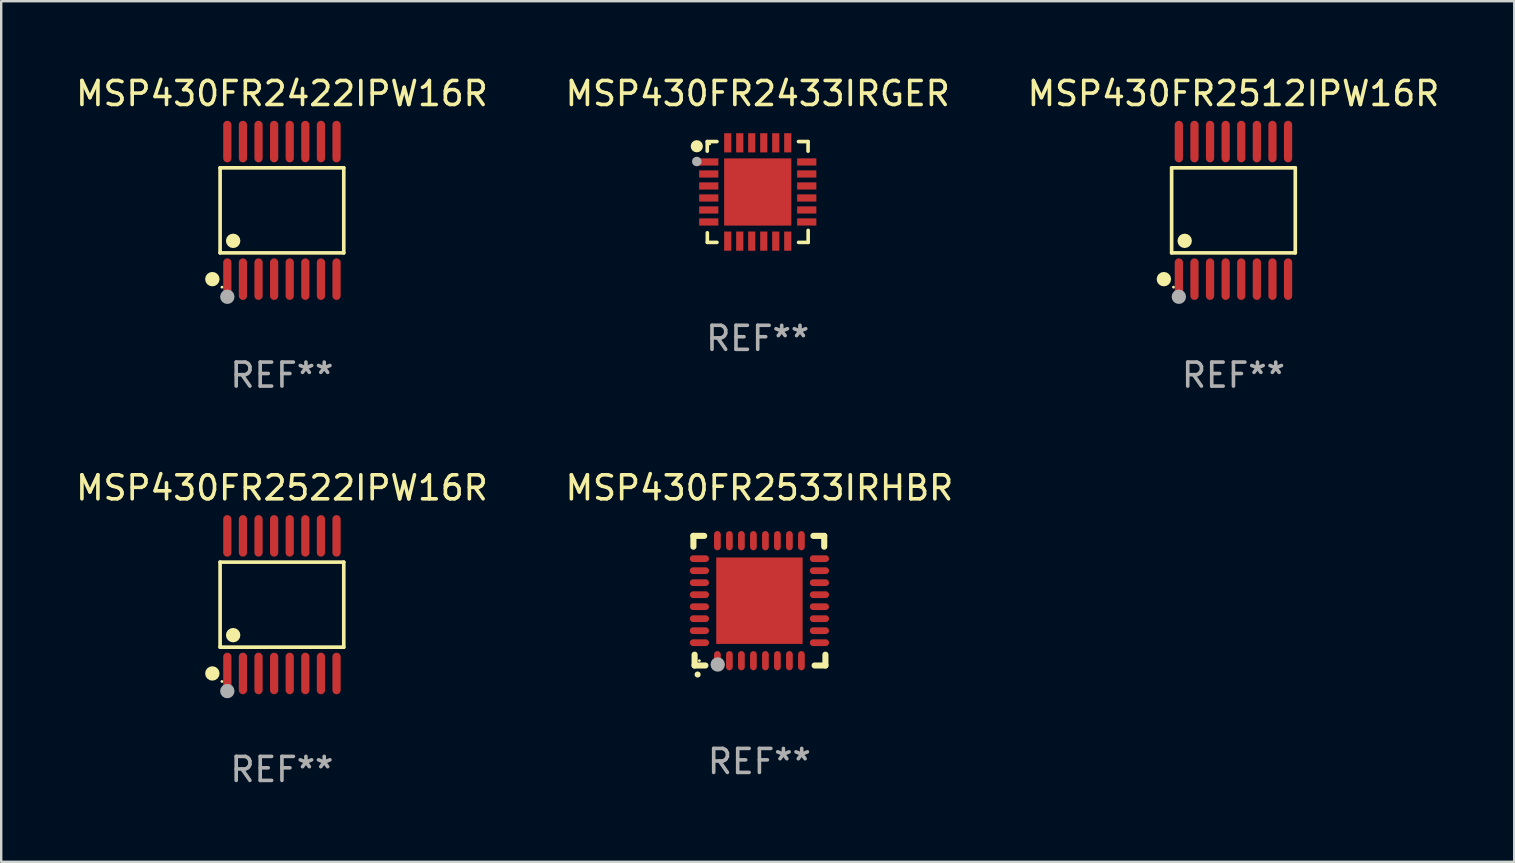
<source format=kicad_pcb>
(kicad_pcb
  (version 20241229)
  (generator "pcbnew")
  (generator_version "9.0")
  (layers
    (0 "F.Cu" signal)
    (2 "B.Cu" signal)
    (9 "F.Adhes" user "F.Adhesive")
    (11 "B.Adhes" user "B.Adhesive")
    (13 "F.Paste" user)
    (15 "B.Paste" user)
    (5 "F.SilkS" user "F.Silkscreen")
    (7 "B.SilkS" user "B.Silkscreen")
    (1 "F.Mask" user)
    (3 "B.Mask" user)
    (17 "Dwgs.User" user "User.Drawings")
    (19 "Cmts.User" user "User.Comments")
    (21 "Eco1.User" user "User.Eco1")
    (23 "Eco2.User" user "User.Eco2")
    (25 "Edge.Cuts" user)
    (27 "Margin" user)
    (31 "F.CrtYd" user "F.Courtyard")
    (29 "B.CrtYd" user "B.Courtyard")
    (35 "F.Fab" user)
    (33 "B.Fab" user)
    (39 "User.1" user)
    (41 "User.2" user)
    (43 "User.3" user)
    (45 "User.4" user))
  (footprint "MSP430FR2533IRHBR"
    (layer "F.Cu")
    (at 28.589 21.976)
    (property "Reference" "MSP430FR2533IRHBR" (at 0 -4.7 0) (layer "F.SilkS") (effects (font (size 1 1) (thickness 0.15))))
    (attr through_hole)
    (fp_line (start -2.75 -2.7) (end -2.75 -2.25) (stroke (width 0.254) (type solid)) (layer "F.SilkS"))
    (fp_line (start -2.7 2.7) (end -2.7 2.25) (stroke (width 0.254) (type solid)) (layer "F.SilkS"))
    (fp_line (start -2.3 -2.7) (end -2.75 -2.7) (stroke (width 0.254) (type solid)) (layer "F.SilkS"))
    (fp_line (start -2.25 2.7) (end -2.7 2.7) (stroke (width 0.254) (type solid)) (layer "F.SilkS"))
    (fp_line (start 2.3 2.7) (end 2.75 2.7) (stroke (width 0.254) (type solid)) (layer "F.SilkS"))
    (fp_line (start 2.7 -2.7) (end 2.25 -2.7) (stroke (width 0.254) (type solid)) (layer "F.SilkS"))
    (fp_line (start 2.7 -2.25) (end 2.7 -2.7) (stroke (width 0.254) (type solid)) (layer "F.SilkS"))
    (fp_line (start 2.75 2.7) (end 2.75 2.25) (stroke (width 0.254) (type solid)) (layer "F.SilkS"))
    (fp_arc (start -2.575565 3.075946) (mid -2.574295 3.07594) (end -2.573025 3.075946) (stroke (width 0.25) (type solid)) (layer "F.SilkS"))
    (fp_circle (center -2.5 2.5) (end -2.47 2.5) (stroke (width 0.06) (type solid)) (fill no) (layer "F.SilkS"))
    (fp_circle (center -1.737 2.659) (end -1.587 2.659) (stroke (width 0.3) (type solid)) (fill no) (layer "F.Fab"))
    (fp_text user "REF**" (at 0 6.7 0) (layer "F.Fab") (effects (font (size 1 1) (thickness 0.15))))
    (pad "1" smd oval (at -1.75 2.5) (size 0.28 0.8) (layers "F.Cu" "F.Mask" "F.Paste"))
    (pad "2" smd oval (at -1.25 2.5) (size 0.28 0.8) (layers "F.Cu" "F.Mask" "F.Paste"))
    (pad "3" smd oval (at -0.75 2.5) (size 0.28 0.8) (layers "F.Cu" "F.Mask" "F.Paste"))
    (pad "4" smd oval (at -0.25 2.5) (size 0.28 0.8) (layers "F.Cu" "F.Mask" "F.Paste"))
    (pad "5" smd oval (at 0.25 2.5) (size 0.28 0.8) (layers "F.Cu" "F.Mask" "F.Paste"))
    (pad "6" smd oval (at 0.75 2.5) (size 0.28 0.8) (layers "F.Cu" "F.Mask" "F.Paste"))
    (pad "7" smd oval (at 1.25 2.5) (size 0.28 0.8) (layers "F.Cu" "F.Mask" "F.Paste"))
    (pad "8" smd oval (at 1.75 2.5) (size 0.28 0.8) (layers "F.Cu" "F.Mask" "F.Paste"))
    (pad "9" smd oval (at 2.5 1.75) (size 0.8 0.28) (layers "F.Cu" "F.Mask" "F.Paste"))
    (pad "10" smd oval (at 2.5 1.25) (size 0.8 0.28) (layers "F.Cu" "F.Mask" "F.Paste"))
    (pad "11" smd oval (at 2.5 0.75) (size 0.8 0.28) (layers "F.Cu" "F.Mask" "F.Paste"))
    (pad "12" smd oval (at 2.5 0.25) (size 0.8 0.28) (layers "F.Cu" "F.Mask" "F.Paste"))
    (pad "13" smd oval (at 2.5 -0.25) (size 0.8 0.28) (layers "F.Cu" "F.Mask" "F.Paste"))
    (pad "14" smd oval (at 2.5 -0.75) (size 0.8 0.28) (layers "F.Cu" "F.Mask" "F.Paste"))
    (pad "15" smd oval (at 2.5 -1.25) (size 0.8 0.28) (layers "F.Cu" "F.Mask" "F.Paste"))
    (pad "16" smd oval (at 2.5 -1.75) (size 0.8 0.28) (layers "F.Cu" "F.Mask" "F.Paste"))
    (pad "17" smd oval (at 1.75 -2.5) (size 0.28 0.8) (layers "F.Cu" "F.Mask" "F.Paste"))
    (pad "18" smd oval (at 1.25 -2.5) (size 0.28 0.8) (layers "F.Cu" "F.Mask" "F.Paste"))
    (pad "19" smd oval (at 0.75 -2.5) (size 0.28 0.8) (layers "F.Cu" "F.Mask" "F.Paste"))
    (pad "20" smd oval (at 0.25 -2.5) (size 0.28 0.8) (layers "F.Cu" "F.Mask" "F.Paste"))
    (pad "21" smd oval (at -0.25 -2.5) (size 0.28 0.8) (layers "F.Cu" "F.Mask" "F.Paste"))
    (pad "22" smd oval (at -0.75 -2.5) (size 0.28 0.8) (layers "F.Cu" "F.Mask" "F.Paste"))
    (pad "23" smd oval (at -1.25 -2.5) (size 0.28 0.8) (layers "F.Cu" "F.Mask" "F.Paste"))
    (pad "24" smd oval (at -1.75 -2.5) (size 0.28 0.8) (layers "F.Cu" "F.Mask" "F.Paste"))
    (pad "25" smd oval (at -2.5 -1.75) (size 0.8 0.28) (layers "F.Cu" "F.Mask" "F.Paste"))
    (pad "26" smd oval (at -2.5 -1.25) (size 0.8 0.28) (layers "F.Cu" "F.Mask" "F.Paste"))
    (pad "27" smd oval (at -2.5 -0.75) (size 0.8 0.28) (layers "F.Cu" "F.Mask" "F.Paste"))
    (pad "28" smd oval (at -2.5 -0.25) (size 0.8 0.28) (layers "F.Cu" "F.Mask" "F.Paste"))
    (pad "29" smd oval (at -2.5 0.25) (size 0.8 0.28) (layers "F.Cu" "F.Mask" "F.Paste"))
    (pad "30" smd oval (at -2.5 0.75) (size 0.8 0.28) (layers "F.Cu" "F.Mask" "F.Paste"))
    (pad "31" smd oval (at -2.5 1.25) (size 0.8 0.28) (layers "F.Cu" "F.Mask" "F.Paste"))
    (pad "32" smd oval (at -2.5 1.75) (size 0.8 0.28) (layers "F.Cu" "F.Mask" "F.Paste"))
    (pad "33" smd rect (at 0.000076 0.000076) (size 3.6 3.6) (layers "F.Cu" "F.Mask" "F.Paste")))
  (footprint "MSP430FR2433IRGER"
    (layer "F.Cu")
    (at 28.518 4.948)
    (property "Reference" "MSP430FR2433IRGER" (at 0 -4.1 0) (layer "F.SilkS") (effects (font (size 1 1) (thickness 0.15))))
    (attr through_hole)
    (fp_line (start -2.102 -2.1) (end -1.698 -2.1) (stroke (width 0.15) (type solid)) (layer "F.SilkS"))
    (fp_line (start -2.102 -1.7) (end -2.102 -2.1) (stroke (width 0.15) (type solid)) (layer "F.SilkS"))
    (fp_line (start -2.098 1.7) (end -2.098 2.1) (stroke (width 0.15) (type solid)) (layer "F.SilkS"))
    (fp_line (start -2.098 2.1) (end -1.698 2.1) (stroke (width 0.15) (type solid)) (layer "F.SilkS"))
    (fp_line (start 1.698 -2.1) (end 2.098 -2.1) (stroke (width 0.15) (type solid)) (layer "F.SilkS"))
    (fp_line (start 2.098 -2.1) (end 2.098 -1.7) (stroke (width 0.15) (type solid)) (layer "F.SilkS"))
    (fp_line (start 2.102 1.6) (end 2.102 2.1) (stroke (width 0.15) (type solid)) (layer "F.SilkS"))
    (fp_line (start 2.102 2.1) (end 1.702 2.1) (stroke (width 0.15) (type solid)) (layer "F.SilkS"))
    (fp_circle (center -2.538 -1.905) (end -2.411 -1.905) (stroke (width 0.254) (type solid)) (fill no) (layer "F.SilkS"))
    (fp_circle (center -1.995 -1.996) (end -1.968 -1.996) (stroke (width 0.05) (type solid)) (fill no) (layer "F.SilkS"))
    (fp_circle (center -2.538 -1.27) (end -2.438 -1.27) (stroke (width 0.2) (type solid)) (fill no) (layer "F.Fab"))
    (fp_text user "REF**" (at 0 6.1 0) (layer "F.Fab") (effects (font (size 1 1) (thickness 0.15))))
    (pad "1" smd rect (at -2.039 -1.25) (size 0.8 0.3) (layers "F.Cu" "F.Mask" "F.Paste"))
    (pad "2" smd rect (at -2.039 -0.75) (size 0.8 0.3) (layers "F.Cu" "F.Mask" "F.Paste"))
    (pad "3" smd rect (at -2.039 -0.25) (size 0.8 0.3) (layers "F.Cu" "F.Mask" "F.Paste"))
    (pad "4" smd rect (at -2.039 0.25) (size 0.8 0.3) (layers "F.Cu" "F.Mask" "F.Paste"))
    (pad "5" smd rect (at -2.039 0.75) (size 0.8 0.3) (layers "F.Cu" "F.Mask" "F.Paste"))
    (pad "6" smd rect (at -2.039 1.25) (size 0.8 0.3) (layers "F.Cu" "F.Mask" "F.Paste"))
    (pad "7" smd rect (at -1.248 2.048) (size 0.3 0.8) (layers "F.Cu" "F.Mask" "F.Paste"))
    (pad "8" smd rect (at -0.748 2.048) (size 0.3 0.8) (layers "F.Cu" "F.Mask" "F.Paste"))
    (pad "9" smd rect (at -0.248 2.048) (size 0.3 0.8) (layers "F.Cu" "F.Mask" "F.Paste"))
    (pad "10" smd rect (at 0.252 2.048) (size 0.3 0.8) (layers "F.Cu" "F.Mask" "F.Paste"))
    (pad "11" smd rect (at 0.752 2.048) (size 0.3 0.8) (layers "F.Cu" "F.Mask" "F.Paste"))
    (pad "12" smd rect (at 1.252 2.048) (size 0.3 0.8) (layers "F.Cu" "F.Mask" "F.Paste"))
    (pad "13" smd rect (at 2.044 1.25) (size 0.8 0.3) (layers "F.Cu" "F.Mask" "F.Paste"))
    (pad "14" smd rect (at 2.044 0.75) (size 0.8 0.3) (layers "F.Cu" "F.Mask" "F.Paste"))
    (pad "15" smd rect (at 2.044 0.25) (size 0.8 0.3) (layers "F.Cu" "F.Mask" "F.Paste"))
    (pad "16" smd rect (at 2.044 -0.25) (size 0.8 0.3) (layers "F.Cu" "F.Mask" "F.Paste"))
    (pad "17" smd rect (at 2.044 -0.75) (size 0.8 0.3) (layers "F.Cu" "F.Mask" "F.Paste"))
    (pad "18" smd rect (at 2.044 -1.25) (size 0.8 0.3) (layers "F.Cu" "F.Mask" "F.Paste"))
    (pad "19" smd rect (at 1.252 -2.048) (size 0.3 0.8) (layers "F.Cu" "F.Mask" "F.Paste"))
    (pad "20" smd rect (at 0.752 -2.048) (size 0.3 0.8) (layers "F.Cu" "F.Mask" "F.Paste"))
    (pad "21" smd rect (at 0.252 -2.048) (size 0.3 0.8) (layers "F.Cu" "F.Mask" "F.Paste"))
    (pad "22" smd rect (at -0.248 -2.048) (size 0.3 0.8) (layers "F.Cu" "F.Mask" "F.Paste"))
    (pad "23" smd rect (at -0.748 -2.048) (size 0.3 0.8) (layers "F.Cu" "F.Mask" "F.Paste"))
    (pad "24" smd rect (at -1.248 -2.048) (size 0.3 0.8) (layers "F.Cu" "F.Mask" "F.Paste"))
    (pad "25" smd rect (at 0.001 0.001) (size 2.8 2.8) (layers "F.Cu" "F.Mask" "F.Paste")))
  (footprint "MSP430FR2422IPW16R"
    (layer "F.Cu")
    (at 8.696 5.714)
    (property "Reference" "MSP430FR2422IPW16R" (at 0 -4.866 0) (layer "F.SilkS") (effects (font (size 1 1) (thickness 0.15))))
    (attr through_hole)
    (fp_line (start -2.576 -1.772) (end 2.576 -1.772) (stroke (width 0.152) (type solid)) (layer "F.SilkS"))
    (fp_line (start -2.576 1.771) (end -2.576 -1.772) (stroke (width 0.152) (type solid)) (layer "F.SilkS"))
    (fp_line (start 2.576 -1.772) (end 2.576 1.771) (stroke (width 0.152) (type solid)) (layer "F.SilkS"))
    (fp_line (start 2.576 1.771) (end -2.576 1.771) (stroke (width 0.152) (type solid)) (layer "F.SilkS"))
    (fp_circle (center -2.899 2.866) (end -2.749 2.866) (stroke (width 0.3) (type solid)) (fill no) (layer "F.SilkS"))
    (fp_circle (center -2.5 3.2) (end -2.47 3.2) (stroke (width 0.06) (type solid)) (fill no) (layer "F.SilkS"))
    (fp_circle (center -2.032 1.27) (end -1.882 1.27) (stroke (width 0.3) (type solid)) (fill no) (layer "F.SilkS"))
    (fp_circle (center -2.275 3.6) (end -2.125 3.6) (stroke (width 0.3) (type solid)) (fill no) (layer "F.Fab"))
    (fp_text user "REF**" (at 0 6.866 0) (layer "F.Fab") (effects (font (size 1 1) (thickness 0.15))))
    (pad "1" smd oval (at -2.275 2.866) (size 0.343 1.731) (layers "F.Cu" "F.Mask" "F.Paste"))
    (pad "2" smd oval (at -1.625 2.866) (size 0.343 1.731) (layers "F.Cu" "F.Mask" "F.Paste"))
    (pad "3" smd oval (at -0.975 2.866) (size 0.343 1.731) (layers "F.Cu" "F.Mask" "F.Paste"))
    (pad "4" smd oval (at -0.325 2.866) (size 0.343 1.731) (layers "F.Cu" "F.Mask" "F.Paste"))
    (pad "5" smd oval (at 0.325 2.866) (size 0.343 1.731) (layers "F.Cu" "F.Mask" "F.Paste"))
    (pad "6" smd oval (at 0.975 2.866) (size 0.343 1.731) (layers "F.Cu" "F.Mask" "F.Paste"))
    (pad "7" smd oval (at 1.625 2.866) (size 0.343 1.731) (layers "F.Cu" "F.Mask" "F.Paste"))
    (pad "8" smd oval (at 2.275 2.866) (size 0.343 1.731) (layers "F.Cu" "F.Mask" "F.Paste"))
    (pad "9" smd oval (at 2.275 -2.866) (size 0.343 1.731) (layers "F.Cu" "F.Mask" "F.Paste"))
    (pad "10" smd oval (at 1.625 -2.866) (size 0.343 1.731) (layers "F.Cu" "F.Mask" "F.Paste"))
    (pad "11" smd oval (at 0.975 -2.866) (size 0.343 1.731) (layers "F.Cu" "F.Mask" "F.Paste"))
    (pad "12" smd oval (at 0.325 -2.866) (size 0.343 1.731) (layers "F.Cu" "F.Mask" "F.Paste"))
    (pad "13" smd oval (at -0.325 -2.866) (size 0.343 1.731) (layers "F.Cu" "F.Mask" "F.Paste"))
    (pad "14" smd oval (at -0.975 -2.866) (size 0.343 1.731) (layers "F.Cu" "F.Mask" "F.Paste"))
    (pad "15" smd oval (at -1.625 -2.866) (size 0.343 1.731) (layers "F.Cu" "F.Mask" "F.Paste"))
    (pad "16" smd oval (at -2.275 -2.866) (size 0.343 1.731) (layers "F.Cu" "F.Mask" "F.Paste")))
  (footprint "MSP430FR2522IPW16R"
    (layer "F.Cu")
    (at 8.696 22.142)
    (property "Reference" "MSP430FR2522IPW16R" (at 0 -4.866 0) (layer "F.SilkS") (effects (font (size 1 1) (thickness 0.15))))
    (attr through_hole)
    (fp_line (start -2.576 -1.772) (end 2.576 -1.772) (stroke (width 0.152) (type solid)) (layer "F.SilkS"))
    (fp_line (start -2.576 1.771) (end -2.576 -1.772) (stroke (width 0.152) (type solid)) (layer "F.SilkS"))
    (fp_line (start 2.576 -1.772) (end 2.576 1.771) (stroke (width 0.152) (type solid)) (layer "F.SilkS"))
    (fp_line (start 2.576 1.771) (end -2.576 1.771) (stroke (width 0.152) (type solid)) (layer "F.SilkS"))
    (fp_circle (center -2.899 2.866) (end -2.749 2.866) (stroke (width 0.3) (type solid)) (fill no) (layer "F.SilkS"))
    (fp_circle (center -2.5 3.2) (end -2.47 3.2) (stroke (width 0.06) (type solid)) (fill no) (layer "F.SilkS"))
    (fp_circle (center -2.032 1.27) (end -1.882 1.27) (stroke (width 0.3) (type solid)) (fill no) (layer "F.SilkS"))
    (fp_circle (center -2.275 3.6) (end -2.125 3.6) (stroke (width 0.3) (type solid)) (fill no) (layer "F.Fab"))
    (fp_text user "REF**" (at 0 6.866 0) (layer "F.Fab") (effects (font (size 1 1) (thickness 0.15))))
    (pad "1" smd oval (at -2.275 2.866) (size 0.343 1.731) (layers "F.Cu" "F.Mask" "F.Paste"))
    (pad "2" smd oval (at -1.625 2.866) (size 0.343 1.731) (layers "F.Cu" "F.Mask" "F.Paste"))
    (pad "3" smd oval (at -0.975 2.866) (size 0.343 1.731) (layers "F.Cu" "F.Mask" "F.Paste"))
    (pad "4" smd oval (at -0.325 2.866) (size 0.343 1.731) (layers "F.Cu" "F.Mask" "F.Paste"))
    (pad "5" smd oval (at 0.325 2.866) (size 0.343 1.731) (layers "F.Cu" "F.Mask" "F.Paste"))
    (pad "6" smd oval (at 0.975 2.866) (size 0.343 1.731) (layers "F.Cu" "F.Mask" "F.Paste"))
    (pad "7" smd oval (at 1.625 2.866) (size 0.343 1.731) (layers "F.Cu" "F.Mask" "F.Paste"))
    (pad "8" smd oval (at 2.275 2.866) (size 0.343 1.731) (layers "F.Cu" "F.Mask" "F.Paste"))
    (pad "9" smd oval (at 2.275 -2.866) (size 0.343 1.731) (layers "F.Cu" "F.Mask" "F.Paste"))
    (pad "10" smd oval (at 1.625 -2.866) (size 0.343 1.731) (layers "F.Cu" "F.Mask" "F.Paste"))
    (pad "11" smd oval (at 0.975 -2.866) (size 0.343 1.731) (layers "F.Cu" "F.Mask" "F.Paste"))
    (pad "12" smd oval (at 0.325 -2.866) (size 0.343 1.731) (layers "F.Cu" "F.Mask" "F.Paste"))
    (pad "13" smd oval (at -0.325 -2.866) (size 0.343 1.731) (layers "F.Cu" "F.Mask" "F.Paste"))
    (pad "14" smd oval (at -0.975 -2.866) (size 0.343 1.731) (layers "F.Cu" "F.Mask" "F.Paste"))
    (pad "15" smd oval (at -1.625 -2.866) (size 0.343 1.731) (layers "F.Cu" "F.Mask" "F.Paste"))
    (pad "16" smd oval (at -2.275 -2.866) (size 0.343 1.731) (layers "F.Cu" "F.Mask" "F.Paste")))
  (footprint "MSP430FR2512IPW16R"
    (layer "F.Cu")
    (at 48.339 5.714)
    (property "Reference" "MSP430FR2512IPW16R" (at 0 -4.866 0) (layer "F.SilkS") (effects (font (size 1 1) (thickness 0.15))))
    (attr through_hole)
    (fp_line (start -2.576 -1.772) (end 2.576 -1.772) (stroke (width 0.152) (type solid)) (layer "F.SilkS"))
    (fp_line (start -2.576 1.771) (end -2.576 -1.772) (stroke (width 0.152) (type solid)) (layer "F.SilkS"))
    (fp_line (start 2.576 -1.772) (end 2.576 1.771) (stroke (width 0.152) (type solid)) (layer "F.SilkS"))
    (fp_line (start 2.576 1.771) (end -2.576 1.771) (stroke (width 0.152) (type solid)) (layer "F.SilkS"))
    (fp_circle (center -2.899 2.866) (end -2.749 2.866) (stroke (width 0.3) (type solid)) (fill no) (layer "F.SilkS"))
    (fp_circle (center -2.5 3.2) (end -2.47 3.2) (stroke (width 0.06) (type solid)) (fill no) (layer "F.SilkS"))
    (fp_circle (center -2.032 1.27) (end -1.882 1.27) (stroke (width 0.3) (type solid)) (fill no) (layer "F.SilkS"))
    (fp_circle (center -2.275 3.6) (end -2.125 3.6) (stroke (width 0.3) (type solid)) (fill no) (layer "F.Fab"))
    (fp_text user "REF**" (at 0 6.866 0) (layer "F.Fab") (effects (font (size 1 1) (thickness 0.15))))
    (pad "1" smd oval (at -2.275 2.866) (size 0.343 1.731) (layers "F.Cu" "F.Mask" "F.Paste"))
    (pad "2" smd oval (at -1.625 2.866) (size 0.343 1.731) (layers "F.Cu" "F.Mask" "F.Paste"))
    (pad "3" smd oval (at -0.975 2.866) (size 0.343 1.731) (layers "F.Cu" "F.Mask" "F.Paste"))
    (pad "4" smd oval (at -0.325 2.866) (size 0.343 1.731) (layers "F.Cu" "F.Mask" "F.Paste"))
    (pad "5" smd oval (at 0.325 2.866) (size 0.343 1.731) (layers "F.Cu" "F.Mask" "F.Paste"))
    (pad "6" smd oval (at 0.975 2.866) (size 0.343 1.731) (layers "F.Cu" "F.Mask" "F.Paste"))
    (pad "7" smd oval (at 1.625 2.866) (size 0.343 1.731) (layers "F.Cu" "F.Mask" "F.Paste"))
    (pad "8" smd oval (at 2.275 2.866) (size 0.343 1.731) (layers "F.Cu" "F.Mask" "F.Paste"))
    (pad "9" smd oval (at 2.275 -2.866) (size 0.343 1.731) (layers "F.Cu" "F.Mask" "F.Paste"))
    (pad "10" smd oval (at 1.625 -2.866) (size 0.343 1.731) (layers "F.Cu" "F.Mask" "F.Paste"))
    (pad "11" smd oval (at 0.975 -2.866) (size 0.343 1.731) (layers "F.Cu" "F.Mask" "F.Paste"))
    (pad "12" smd oval (at 0.325 -2.866) (size 0.343 1.731) (layers "F.Cu" "F.Mask" "F.Paste"))
    (pad "13" smd oval (at -0.325 -2.866) (size 0.343 1.731) (layers "F.Cu" "F.Mask" "F.Paste"))
    (pad "14" smd oval (at -0.975 -2.866) (size 0.343 1.731) (layers "F.Cu" "F.Mask" "F.Paste"))
    (pad "15" smd oval (at -1.625 -2.866) (size 0.343 1.731) (layers "F.Cu" "F.Mask" "F.Paste"))
    (pad "16" smd oval (at -2.275 -2.866) (size 0.343 1.731) (layers "F.Cu" "F.Mask" "F.Paste")))
  (gr_rect
    (start -3 -3)
    (end 60.036 32.856)
    (stroke (width 0.1) (type default))
    (fill no)
    (layer "Edge.Cuts")))
</source>
